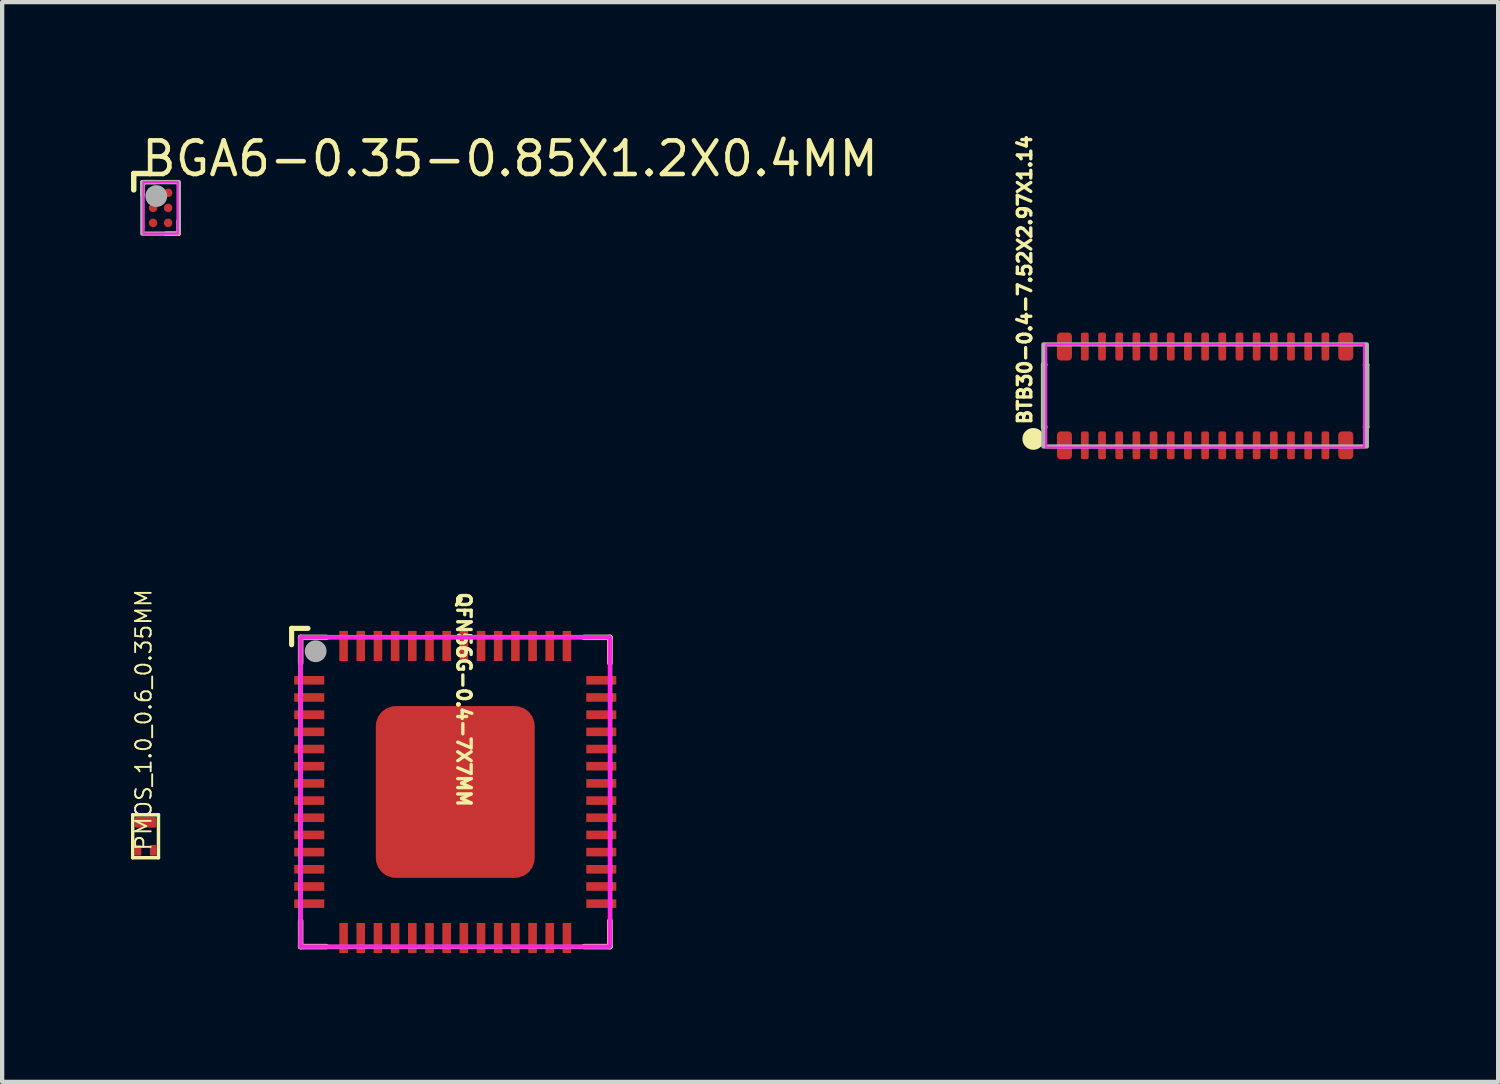
<source format=kicad_pcb>
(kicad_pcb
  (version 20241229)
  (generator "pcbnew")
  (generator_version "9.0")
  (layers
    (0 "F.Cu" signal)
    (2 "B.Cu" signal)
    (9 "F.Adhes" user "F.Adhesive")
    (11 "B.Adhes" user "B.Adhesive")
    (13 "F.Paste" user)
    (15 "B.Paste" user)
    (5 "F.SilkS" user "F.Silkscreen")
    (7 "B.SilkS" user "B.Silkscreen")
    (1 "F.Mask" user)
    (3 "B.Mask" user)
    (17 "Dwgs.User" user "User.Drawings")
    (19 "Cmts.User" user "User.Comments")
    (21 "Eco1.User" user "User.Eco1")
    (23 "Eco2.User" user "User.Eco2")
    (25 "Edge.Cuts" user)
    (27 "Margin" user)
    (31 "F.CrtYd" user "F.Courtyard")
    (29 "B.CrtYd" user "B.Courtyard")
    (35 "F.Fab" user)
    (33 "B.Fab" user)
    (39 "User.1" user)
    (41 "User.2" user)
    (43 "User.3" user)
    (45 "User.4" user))
  (footprint "BGA6-0.35-0.85X1.2X0.4MM"
    (layer "F.Cu")
    (at 0.689 1.79)
    (property "Reference" "BGA6-0.35-0.85X1.2X0.4MM" (at -0.5 -0.688 0) (layer "F.SilkS") (effects (font (size 0.782 0.782) (thickness 0.107)) (justify left bottom)))
    (fp_line (start -0.625 -0.8) (end -0.625 -0.419) (stroke (width 0.127) (type default)) (layer "F.SilkS"))
    (fp_line (start -0.625 -0.8) (end -0.244 -0.8) (stroke (width 0.127) (type default)) (layer "F.SilkS"))
    (fp_line (start -0.42 -0.6) (end -0.12 -0.6) (stroke (width 0.1) (type solid)) (layer "F.SilkS"))
    (fp_line (start -0.42 -0.3) (end -0.42 -0.6) (stroke (width 0.1) (type solid)) (layer "F.SilkS"))
    (fp_line (start 0.42 0.3) (end 0.42 0.6) (stroke (width 0.1) (type solid)) (layer "F.SilkS"))
    (fp_line (start 0.42 0.6) (end 0.12 0.6) (stroke (width 0.1) (type solid)) (layer "F.SilkS"))
    (fp_rect (start -0.4 -0.6) (end 0.4 0.6) (stroke (width 0.05) (type default)) (fill no) (layer "F.CrtYd"))
    (fp_rect (start -0.425 -0.6) (end 0.425 0.6) (stroke (width 0.1) (type default)) (fill no) (layer "F.Fab"))
    (fp_circle (center -0.1 -0.275) (end 0.027 -0.275) (stroke (width 0.254) (type default)) (fill no) (layer "F.Fab"))
    (pad "A1" smd roundrect (at -0.175 -0.35) (size 0.2 0.2) (layers "F.Cu" "F.Mask" "F.Paste") (roundrect_rratio 0.5))
    (pad "A2" smd roundrect (at 0.175 -0.35) (size 0.2 0.2) (layers "F.Cu" "F.Mask" "F.Paste") (roundrect_rratio 0.5))
    (pad "B1" smd roundrect (at -0.175 0) (size 0.2 0.2) (layers "F.Cu" "F.Mask" "F.Paste") (roundrect_rratio 0.5))
    (pad "B2" smd roundrect (at 0.175 0) (size 0.2 0.2) (layers "F.Cu" "F.Mask" "F.Paste") (roundrect_rratio 0.5))
    (pad "C1" smd roundrect (at -0.175 0.35) (size 0.2 0.2) (layers "F.Cu" "F.Mask" "F.Paste") (roundrect_rratio 0.5))
    (pad "C2" smd roundrect (at 0.175 0.35) (size 0.2 0.2) (layers "F.Cu" "F.Mask" "F.Paste") (roundrect_rratio 0.5)))
  (footprint "QFN56G-0.4-7X7MM"
    (layer "F.Cu")
    (at 7.55 15.39)
    (property "Reference" "QFN56G-0.4-7X7MM" (at 0.381 0.381 270) (unlocked yes) (layer "F.SilkS") (effects (font (size 0.313 0.313) (thickness 0.094)) (justify right top)))
    (fp_line (start -3.81 -3.81) (end -3.81 -3.429) (stroke (width 0.12) (type default)) (layer "F.SilkS"))
    (fp_line (start -3.6 -3.6) (end -3 -3.6) (stroke (width 0.127) (type solid)) (layer "F.SilkS"))
    (fp_line (start -3.6 -3) (end -3.6 -3.6) (stroke (width 0.127) (type solid)) (layer "F.SilkS"))
    (fp_line (start -3.6 3.6) (end -3.6 3) (stroke (width 0.127) (type solid)) (layer "F.SilkS"))
    (fp_line (start -3.429 -3.81) (end -3.81 -3.81) (stroke (width 0.12) (type default)) (layer "F.SilkS"))
    (fp_line (start -3 3.6) (end -3.6 3.6) (stroke (width 0.127) (type solid)) (layer "F.SilkS"))
    (fp_line (start 3 -3.6) (end 3.6 -3.6) (stroke (width 0.127) (type solid)) (layer "F.SilkS"))
    (fp_line (start 3.6 -3.6) (end 3.6 -3) (stroke (width 0.127) (type solid)) (layer "F.SilkS"))
    (fp_line (start 3.6 3) (end 3.6 3.6) (stroke (width 0.127) (type solid)) (layer "F.SilkS"))
    (fp_line (start 3.6 3.6) (end 3 3.6) (stroke (width 0.127) (type solid)) (layer "F.SilkS"))
    (fp_poly (pts (xy -3.6 3.6) (xy 3.6 3.6) (xy 3.6 -3.6) (xy -3.6 -3.6)) (stroke (width 0.1) (type default)) (fill no) (layer "F.CrtYd"))
    (fp_rect (start -3.607 -3.607) (end 3.607 3.607) (stroke (width 0.1) (type default)) (fill no) (layer "F.Fab"))
    (fp_circle (center -3.251 -3.277) (end -3.124 -3.277) (stroke (width 0.254) (type default)) (fill no) (layer "F.Fab"))
    (pad "1" smd rect (at -3.4 -2.6) (size 0.7 0.2) (layers "F.Cu" "F.Mask" "F.Paste"))
    (pad "2" smd rect (at -3.4 -2.2) (size 0.7 0.2) (layers "F.Cu" "F.Mask" "F.Paste"))
    (pad "3" smd rect (at -3.4 -1.8) (size 0.7 0.2) (layers "F.Cu" "F.Mask" "F.Paste"))
    (pad "4" smd rect (at -3.4 -1.4) (size 0.7 0.2) (layers "F.Cu" "F.Mask" "F.Paste"))
    (pad "5" smd rect (at -3.4 -1) (size 0.7 0.2) (layers "F.Cu" "F.Mask" "F.Paste"))
    (pad "6" smd rect (at -3.4 -0.6) (size 0.7 0.2) (layers "F.Cu" "F.Mask" "F.Paste"))
    (pad "7" smd rect (at -3.4 -0.2) (size 0.7 0.2) (layers "F.Cu" "F.Mask" "F.Paste"))
    (pad "8" smd rect (at -3.4 0.2) (size 0.7 0.2) (layers "F.Cu" "F.Mask" "F.Paste"))
    (pad "9" smd rect (at -3.4 0.6) (size 0.7 0.2) (layers "F.Cu" "F.Mask" "F.Paste"))
    (pad "10" smd rect (at -3.4 1) (size 0.7 0.2) (layers "F.Cu" "F.Mask" "F.Paste"))
    (pad "11" smd rect (at -3.4 1.4) (size 0.7 0.2) (layers "F.Cu" "F.Mask" "F.Paste"))
    (pad "12" smd rect (at -3.4 1.8) (size 0.7 0.2) (layers "F.Cu" "F.Mask" "F.Paste"))
    (pad "13" smd rect (at -3.4 2.2) (size 0.7 0.2) (layers "F.Cu" "F.Mask" "F.Paste"))
    (pad "14" smd rect (at -3.4 2.6) (size 0.7 0.2) (layers "F.Cu" "F.Mask" "F.Paste"))
    (pad "15" smd rect (at -2.6 3.4 90) (size 0.7 0.2) (layers "F.Cu" "F.Mask" "F.Paste"))
    (pad "16" smd rect (at -2.2 3.4 90) (size 0.7 0.2) (layers "F.Cu" "F.Mask" "F.Paste"))
    (pad "17" smd rect (at -1.8 3.4 90) (size 0.7 0.2) (layers "F.Cu" "F.Mask" "F.Paste"))
    (pad "18" smd rect (at -1.4 3.4 90) (size 0.7 0.2) (layers "F.Cu" "F.Mask" "F.Paste"))
    (pad "19" smd rect (at -1 3.4 90) (size 0.7 0.2) (layers "F.Cu" "F.Mask" "F.Paste"))
    (pad "20" smd rect (at -0.6 3.4 90) (size 0.7 0.2) (layers "F.Cu" "F.Mask" "F.Paste"))
    (pad "21" smd rect (at -0.2 3.4 90) (size 0.7 0.2) (layers "F.Cu" "F.Mask" "F.Paste"))
    (pad "22" smd rect (at 0.2 3.4 90) (size 0.7 0.2) (layers "F.Cu" "F.Mask" "F.Paste"))
    (pad "23" smd rect (at 0.6 3.4 90) (size 0.7 0.2) (layers "F.Cu" "F.Mask" "F.Paste"))
    (pad "24" smd rect (at 1 3.4 90) (size 0.7 0.2) (layers "F.Cu" "F.Mask" "F.Paste"))
    (pad "25" smd rect (at 1.4 3.4 90) (size 0.7 0.2) (layers "F.Cu" "F.Mask" "F.Paste"))
    (pad "26" smd rect (at 1.8 3.4 90) (size 0.7 0.2) (layers "F.Cu" "F.Mask" "F.Paste"))
    (pad "27" smd rect (at 2.2 3.4 90) (size 0.7 0.2) (layers "F.Cu" "F.Mask" "F.Paste"))
    (pad "28" smd rect (at 2.6 3.4 90) (size 0.7 0.2) (layers "F.Cu" "F.Mask" "F.Paste"))
    (pad "29" smd rect (at 3.4 2.6 180) (size 0.7 0.2) (layers "F.Cu" "F.Mask" "F.Paste"))
    (pad "30" smd rect (at 3.4 2.2 180) (size 0.7 0.2) (layers "F.Cu" "F.Mask" "F.Paste"))
    (pad "31" smd rect (at 3.4 1.8 180) (size 0.7 0.2) (layers "F.Cu" "F.Mask" "F.Paste"))
    (pad "32" smd rect (at 3.4 1.4 180) (size 0.7 0.2) (layers "F.Cu" "F.Mask" "F.Paste"))
    (pad "33" smd rect (at 3.4 1 180) (size 0.7 0.2) (layers "F.Cu" "F.Mask" "F.Paste"))
    (pad "34" smd rect (at 3.4 0.6 180) (size 0.7 0.2) (layers "F.Cu" "F.Mask" "F.Paste"))
    (pad "35" smd rect (at 3.4 0.2 180) (size 0.7 0.2) (layers "F.Cu" "F.Mask" "F.Paste"))
    (pad "36" smd rect (at 3.4 -0.2 180) (size 0.7 0.2) (layers "F.Cu" "F.Mask" "F.Paste"))
    (pad "37" smd rect (at 3.4 -0.6 180) (size 0.7 0.2) (layers "F.Cu" "F.Mask" "F.Paste"))
    (pad "38" smd rect (at 3.4 -1 180) (size 0.7 0.2) (layers "F.Cu" "F.Mask" "F.Paste"))
    (pad "39" smd rect (at 3.4 -1.4 180) (size 0.7 0.2) (layers "F.Cu" "F.Mask" "F.Paste"))
    (pad "40" smd rect (at 3.4 -1.8 180) (size 0.7 0.2) (layers "F.Cu" "F.Mask" "F.Paste"))
    (pad "41" smd rect (at 3.4 -2.2 180) (size 0.7 0.2) (layers "F.Cu" "F.Mask" "F.Paste"))
    (pad "42" smd rect (at 3.4 -2.6 180) (size 0.7 0.2) (layers "F.Cu" "F.Mask" "F.Paste"))
    (pad "43" smd rect (at 2.6 -3.4 270) (size 0.7 0.2) (layers "F.Cu" "F.Mask" "F.Paste"))
    (pad "44" smd rect (at 2.2 -3.4 270) (size 0.7 0.2) (layers "F.Cu" "F.Mask" "F.Paste"))
    (pad "45" smd rect (at 1.8 -3.4 270) (size 0.7 0.2) (layers "F.Cu" "F.Mask" "F.Paste"))
    (pad "46" smd rect (at 1.4 -3.4 270) (size 0.7 0.2) (layers "F.Cu" "F.Mask" "F.Paste"))
    (pad "47" smd rect (at 1 -3.4 270) (size 0.7 0.2) (layers "F.Cu" "F.Mask" "F.Paste"))
    (pad "48" smd rect (at 0.6 -3.4 270) (size 0.7 0.2) (layers "F.Cu" "F.Mask" "F.Paste"))
    (pad "49" smd rect (at 0.2 -3.4 270) (size 0.7 0.2) (layers "F.Cu" "F.Mask" "F.Paste"))
    (pad "50" smd rect (at -0.2 -3.4 270) (size 0.7 0.2) (layers "F.Cu" "F.Mask" "F.Paste"))
    (pad "51" smd rect (at -0.6 -3.4 270) (size 0.7 0.2) (layers "F.Cu" "F.Mask" "F.Paste"))
    (pad "52" smd rect (at -1 -3.4 270) (size 0.7 0.2) (layers "F.Cu" "F.Mask" "F.Paste"))
    (pad "53" smd rect (at -1.4 -3.4 270) (size 0.7 0.2) (layers "F.Cu" "F.Mask" "F.Paste"))
    (pad "54" smd rect (at -1.8 -3.4 270) (size 0.7 0.2) (layers "F.Cu" "F.Mask" "F.Paste"))
    (pad "55" smd rect (at -2.2 -3.4 270) (size 0.7 0.2) (layers "F.Cu" "F.Mask" "F.Paste"))
    (pad "56" smd rect (at -2.6 -3.4 270) (size 0.7 0.2) (layers "F.Cu" "F.Mask" "F.Paste"))
    (pad "57" smd roundrect (at 0 0) (size 3.7 4) (layers "F.Cu" "F.Mask" "F.Paste") (roundrect_rratio 0.125)))
  (footprint "PMOS_1.0_0.6_0.35MM"
    (layer "F.Cu")
    (at 0.34 16.421)
    (property "Reference" "PMOS_1.0_0.6_0.35MM" (at 0.165 0.362 90) (unlocked yes) (layer "F.SilkS") (effects (font (size 0.362 0.362) (thickness 0.045)) (justify left bottom)))
    (fp_line (start -0.3 -0.5) (end 0.3 -0.5) (stroke (width 0.08) (type solid)) (layer "F.SilkS"))
    (fp_line (start -0.3 0.5) (end -0.3 -0.5) (stroke (width 0.08) (type solid)) (layer "F.SilkS"))
    (fp_line (start 0.3 -0.5) (end 0.3 0.5) (stroke (width 0.08) (type solid)) (layer "F.SilkS"))
    (fp_line (start 0.3 0.5) (end -0.3 0.5) (stroke (width 0.08) (type solid)) (layer "F.SilkS"))
    (pad "1" smd roundrect (at 0 -0.325) (size 0.5 0.25) (layers "F.Cu" "F.Mask" "F.Paste") (roundrect_rratio 0.15))
    (pad "2" smd roundrect (at -0.175 0.325 90) (size 0.25 0.15) (layers "F.Cu" "F.Mask" "F.Paste") (roundrect_rratio 0.15))
    (pad "3" smd roundrect (at 0.175 0.325 90) (size 0.25 0.15) (layers "F.Cu" "F.Mask" "F.Paste") (roundrect_rratio 0.15)))
  (footprint "BTB30-0.4-7.52X2.97X1.14"
    (layer "F.Cu")
    (at 25.009 6.169)
    (property "Reference" "BTB30-0.4-7.52X2.97X1.14" (at -4.2 0.7 90) (layer "F.SilkS") (effects (font (size 0.313 0.313) (thickness 0.094)) (justify left)))
    (fp_line (start -3.76 -0.725) (end -3.733 -0.725) (stroke (width 0.127) (type solid)) (layer "F.SilkS"))
    (fp_line (start -3.76 0.725) (end -3.76 -0.725) (stroke (width 0.127) (type solid)) (layer "F.SilkS"))
    (fp_line (start -3.733 0.725) (end -3.76 0.725) (stroke (width 0.127) (type solid)) (layer "F.SilkS"))
    (fp_line (start 3.733 -0.725) (end 3.76 -0.725) (stroke (width 0.127) (type solid)) (layer "F.SilkS"))
    (fp_line (start 3.76 -0.725) (end 3.76 0.725) (stroke (width 0.127) (type solid)) (layer "F.SilkS"))
    (fp_line (start 3.76 0.725) (end 3.733 0.725) (stroke (width 0.127) (type solid)) (layer "F.SilkS"))
    (fp_circle (center -4 1) (end -3.873 1) (stroke (width 0.254) (type default)) (fill no) (layer "F.SilkS"))
    (fp_rect (start -3.7 -1.2) (end 3.7 1.2) (stroke (width 0.05) (type default)) (fill no) (layer "F.CrtYd"))
    (fp_rect (start -3.765 -1.2) (end 3.765 1.176) (stroke (width 0.1) (type default)) (fill no) (layer "F.Fab"))
    (pad "1" smd roundrect (at -2.8 1.15 90) (size 0.65 0.18) (layers "F.Cu" "F.Mask" "F.Paste") (roundrect_rratio 0.25))
    (pad "2" smd roundrect (at -2.4 1.15 90) (size 0.65 0.18) (layers "F.Cu" "F.Mask" "F.Paste") (roundrect_rratio 0.25))
    (pad "3" smd roundrect (at -2 1.15 90) (size 0.65 0.18) (layers "F.Cu" "F.Mask" "F.Paste") (roundrect_rratio 0.25))
    (pad "4" smd roundrect (at -1.6 1.15 90) (size 0.65 0.18) (layers "F.Cu" "F.Mask" "F.Paste") (roundrect_rratio 0.25))
    (pad "5" smd roundrect (at -1.2 1.15 90) (size 0.65 0.18) (layers "F.Cu" "F.Mask" "F.Paste") (roundrect_rratio 0.25))
    (pad "6" smd roundrect (at -0.8 1.15 90) (size 0.65 0.18) (layers "F.Cu" "F.Mask" "F.Paste") (roundrect_rratio 0.25))
    (pad "7" smd roundrect (at -0.4 1.15 90) (size 0.65 0.18) (layers "F.Cu" "F.Mask" "F.Paste") (roundrect_rratio 0.25))
    (pad "8" smd roundrect (at 0 1.15 90) (size 0.65 0.18) (layers "F.Cu" "F.Mask" "F.Paste") (roundrect_rratio 0.25))
    (pad "9" smd roundrect (at 0.4 1.15 90) (size 0.65 0.18) (layers "F.Cu" "F.Mask" "F.Paste") (roundrect_rratio 0.25))
    (pad "10" smd roundrect (at 0.8 1.15 90) (size 0.65 0.18) (layers "F.Cu" "F.Mask" "F.Paste") (roundrect_rratio 0.25))
    (pad "11" smd roundrect (at 1.2 1.15 90) (size 0.65 0.18) (layers "F.Cu" "F.Mask" "F.Paste") (roundrect_rratio 0.25))
    (pad "12" smd roundrect (at 1.6 1.15 90) (size 0.65 0.18) (layers "F.Cu" "F.Mask" "F.Paste") (roundrect_rratio 0.25))
    (pad "13" smd roundrect (at 2 1.15 90) (size 0.65 0.18) (layers "F.Cu" "F.Mask" "F.Paste") (roundrect_rratio 0.25))
    (pad "14" smd roundrect (at 2.4 1.15 90) (size 0.65 0.18) (layers "F.Cu" "F.Mask" "F.Paste") (roundrect_rratio 0.25))
    (pad "15" smd roundrect (at 2.8 1.15 90) (size 0.65 0.18) (layers "F.Cu" "F.Mask" "F.Paste") (roundrect_rratio 0.25))
    (pad "16" smd roundrect (at 2.8 -1.15 90) (size 0.65 0.18) (layers "F.Cu" "F.Mask" "F.Paste") (roundrect_rratio 0.25))
    (pad "17" smd roundrect (at 2.4 -1.15 90) (size 0.65 0.18) (layers "F.Cu" "F.Mask" "F.Paste") (roundrect_rratio 0.25))
    (pad "18" smd roundrect (at 2 -1.15 90) (size 0.65 0.18) (layers "F.Cu" "F.Mask" "F.Paste") (roundrect_rratio 0.25))
    (pad "19" smd roundrect (at 1.6 -1.15 90) (size 0.65 0.18) (layers "F.Cu" "F.Mask" "F.Paste") (roundrect_rratio 0.25))
    (pad "20" smd roundrect (at 1.2 -1.15 90) (size 0.65 0.18) (layers "F.Cu" "F.Mask" "F.Paste") (roundrect_rratio 0.25))
    (pad "21" smd roundrect (at 0.8 -1.15 90) (size 0.65 0.18) (layers "F.Cu" "F.Mask" "F.Paste") (roundrect_rratio 0.25))
    (pad "22" smd roundrect (at 0.4 -1.15 90) (size 0.65 0.18) (layers "F.Cu" "F.Mask" "F.Paste") (roundrect_rratio 0.25))
    (pad "23" smd roundrect (at 0 -1.15 90) (size 0.65 0.18) (layers "F.Cu" "F.Mask" "F.Paste") (roundrect_rratio 0.25))
    (pad "24" smd roundrect (at -0.4 -1.15 90) (size 0.65 0.18) (layers "F.Cu" "F.Mask" "F.Paste") (roundrect_rratio 0.25))
    (pad "25" smd roundrect (at -0.8 -1.15 90) (size 0.65 0.18) (layers "F.Cu" "F.Mask" "F.Paste") (roundrect_rratio 0.25))
    (pad "26" smd roundrect (at -1.2 -1.15 90) (size 0.65 0.18) (layers "F.Cu" "F.Mask" "F.Paste") (roundrect_rratio 0.25))
    (pad "27" smd roundrect (at -1.6 -1.15 90) (size 0.65 0.18) (layers "F.Cu" "F.Mask" "F.Paste") (roundrect_rratio 0.25))
    (pad "28" smd roundrect (at -2 -1.15 90) (size 0.65 0.18) (layers "F.Cu" "F.Mask" "F.Paste") (roundrect_rratio 0.25))
    (pad "29" smd roundrect (at -2.4 -1.15 90) (size 0.65 0.18) (layers "F.Cu" "F.Mask" "F.Paste") (roundrect_rratio 0.25))
    (pad "30" smd roundrect (at -2.8 -1.15 90) (size 0.65 0.18) (layers "F.Cu" "F.Mask" "F.Paste") (roundrect_rratio 0.25))
    (pad "31" smd roundrect (at -3.275 1.15 90) (size 0.65 0.35) (layers "F.Cu" "F.Mask" "F.Paste") (roundrect_rratio 0.25))
    (pad "32" smd roundrect (at 3.275 1.15 90) (size 0.65 0.35) (layers "F.Cu" "F.Mask" "F.Paste") (roundrect_rratio 0.25))
    (pad "33" smd roundrect (at 3.275 -1.15 90) (size 0.65 0.35) (layers "F.Cu" "F.Mask" "F.Paste") (roundrect_rratio 0.25))
    (pad "34" smd roundrect (at -3.275 -1.15 90) (size 0.65 0.35) (layers "F.Cu" "F.Mask" "F.Paste") (roundrect_rratio 0.25)))
  (gr_rect
    (start -3 -3)
    (end 31.832 22.14)
    (stroke (width 0.1) (type default))
    (fill no)
    (layer "Edge.Cuts")))
</source>
